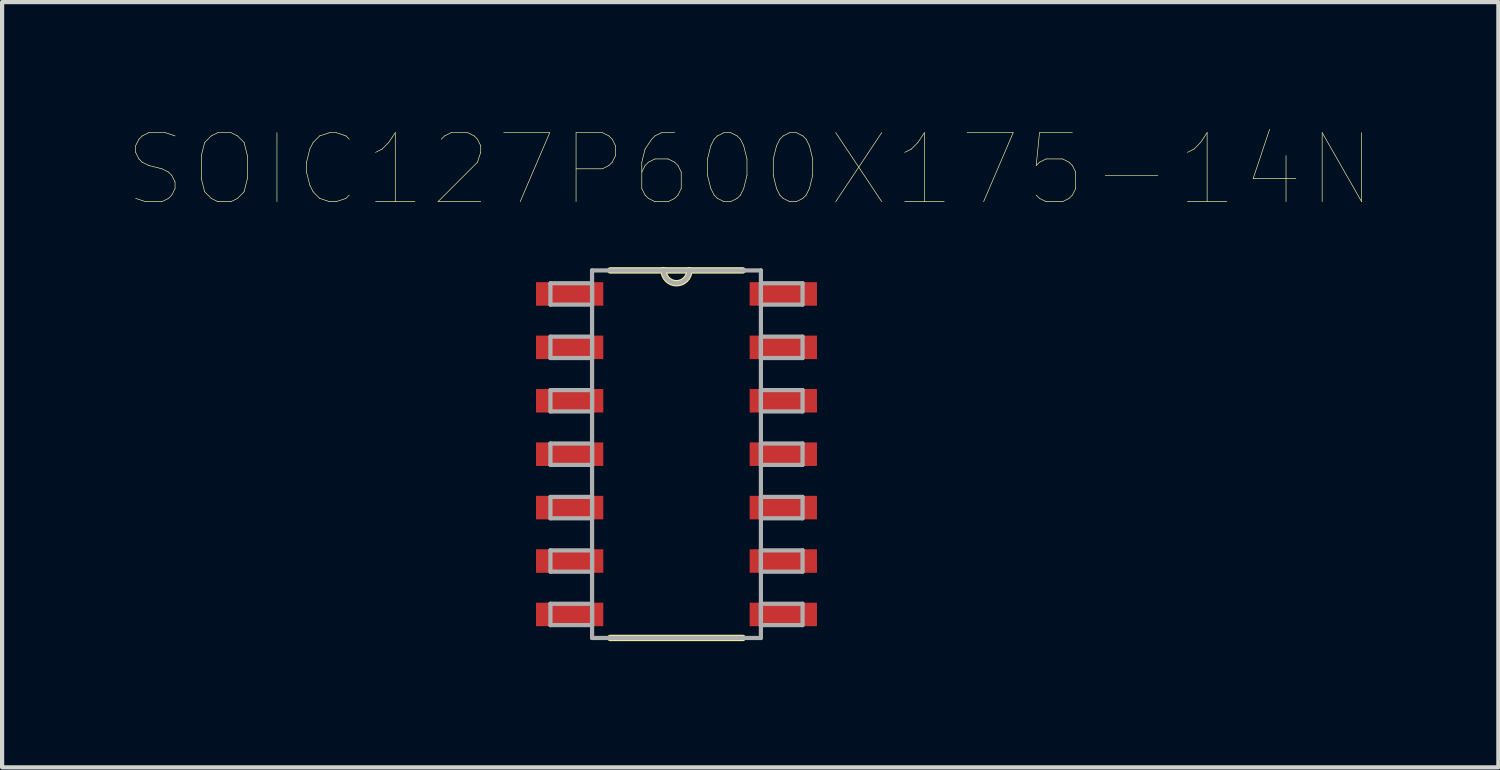
<source format=kicad_pcb>
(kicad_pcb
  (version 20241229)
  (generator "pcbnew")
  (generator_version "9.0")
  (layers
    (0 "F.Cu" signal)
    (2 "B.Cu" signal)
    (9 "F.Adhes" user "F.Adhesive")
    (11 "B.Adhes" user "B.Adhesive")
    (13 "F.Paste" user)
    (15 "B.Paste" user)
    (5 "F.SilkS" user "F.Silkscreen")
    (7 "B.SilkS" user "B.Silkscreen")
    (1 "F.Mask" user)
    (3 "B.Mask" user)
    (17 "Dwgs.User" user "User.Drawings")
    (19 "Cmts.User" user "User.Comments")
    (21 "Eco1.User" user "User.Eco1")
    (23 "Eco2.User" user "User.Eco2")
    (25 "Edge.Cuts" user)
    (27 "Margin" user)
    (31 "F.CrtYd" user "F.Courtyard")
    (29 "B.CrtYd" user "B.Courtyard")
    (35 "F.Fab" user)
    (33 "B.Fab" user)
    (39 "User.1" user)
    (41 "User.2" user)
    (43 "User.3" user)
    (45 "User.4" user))
  (footprint "SOIC127P600X175-14N"
    (layer "F.Cu")
    (at 13.033 7.748)
    (property "Reference" "SOIC127P600X175-14N" (at 1.754 -6.762 0) (layer "F.SilkS") (effects (font (size 1.641 1.641) (thickness 0.015))))
    (attr through_hole)
    (fp_line (start -1.575 4.369) (end 1.575 4.369) (stroke (width 0.152) (type solid)) (layer "F.SilkS"))
    (fp_line (start -0.305 -4.369) (end -1.575 -4.369) (stroke (width 0.152) (type solid)) (layer "F.SilkS"))
    (fp_line (start 0.305 -4.369) (end -0.305 -4.369) (stroke (width 0.152) (type solid)) (layer "F.SilkS"))
    (fp_line (start 1.575 -4.369) (end 0.305 -4.369) (stroke (width 0.152) (type solid)) (layer "F.SilkS"))
    (fp_arc (start 0.3048 -4.3688) (mid 0 -4.064) (end -0.3048 -4.3688) (stroke (width 0.1524) (type solid)) (layer "F.SilkS"))
    (fp_line (start -2.997 -4.064) (end -2.997 -3.556) (stroke (width 0.1) (type solid)) (layer "F.Fab"))
    (fp_line (start -2.997 -3.556) (end -2.007 -3.556) (stroke (width 0.1) (type solid)) (layer "F.Fab"))
    (fp_line (start -2.997 -2.794) (end -2.997 -2.286) (stroke (width 0.1) (type solid)) (layer "F.Fab"))
    (fp_line (start -2.997 -2.286) (end -2.007 -2.286) (stroke (width 0.1) (type solid)) (layer "F.Fab"))
    (fp_line (start -2.997 -1.524) (end -2.997 -1.016) (stroke (width 0.1) (type solid)) (layer "F.Fab"))
    (fp_line (start -2.997 -1.016) (end -2.007 -1.016) (stroke (width 0.1) (type solid)) (layer "F.Fab"))
    (fp_line (start -2.997 -0.254) (end -2.997 0.254) (stroke (width 0.1) (type solid)) (layer "F.Fab"))
    (fp_line (start -2.997 0.254) (end -2.007 0.254) (stroke (width 0.1) (type solid)) (layer "F.Fab"))
    (fp_line (start -2.997 1.016) (end -2.997 1.524) (stroke (width 0.1) (type solid)) (layer "F.Fab"))
    (fp_line (start -2.997 1.524) (end -2.007 1.524) (stroke (width 0.1) (type solid)) (layer "F.Fab"))
    (fp_line (start -2.997 2.286) (end -2.997 2.794) (stroke (width 0.1) (type solid)) (layer "F.Fab"))
    (fp_line (start -2.997 2.794) (end -2.007 2.794) (stroke (width 0.1) (type solid)) (layer "F.Fab"))
    (fp_line (start -2.997 3.556) (end -2.997 4.064) (stroke (width 0.1) (type solid)) (layer "F.Fab"))
    (fp_line (start -2.997 4.064) (end -2.007 4.064) (stroke (width 0.1) (type solid)) (layer "F.Fab"))
    (fp_line (start -2.007 -4.369) (end -2.007 4.369) (stroke (width 0.1) (type solid)) (layer "F.Fab"))
    (fp_line (start -2.007 -4.064) (end -2.997 -4.064) (stroke (width 0.1) (type solid)) (layer "F.Fab"))
    (fp_line (start -2.007 -3.556) (end -2.007 -4.064) (stroke (width 0.1) (type solid)) (layer "F.Fab"))
    (fp_line (start -2.007 -2.794) (end -2.997 -2.794) (stroke (width 0.1) (type solid)) (layer "F.Fab"))
    (fp_line (start -2.007 -2.286) (end -2.007 -2.794) (stroke (width 0.1) (type solid)) (layer "F.Fab"))
    (fp_line (start -2.007 -1.524) (end -2.997 -1.524) (stroke (width 0.1) (type solid)) (layer "F.Fab"))
    (fp_line (start -2.007 -1.016) (end -2.007 -1.524) (stroke (width 0.1) (type solid)) (layer "F.Fab"))
    (fp_line (start -2.007 -0.254) (end -2.997 -0.254) (stroke (width 0.1) (type solid)) (layer "F.Fab"))
    (fp_line (start -2.007 0.254) (end -2.007 -0.254) (stroke (width 0.1) (type solid)) (layer "F.Fab"))
    (fp_line (start -2.007 1.016) (end -2.997 1.016) (stroke (width 0.1) (type solid)) (layer "F.Fab"))
    (fp_line (start -2.007 1.524) (end -2.007 1.016) (stroke (width 0.1) (type solid)) (layer "F.Fab"))
    (fp_line (start -2.007 2.286) (end -2.997 2.286) (stroke (width 0.1) (type solid)) (layer "F.Fab"))
    (fp_line (start -2.007 2.794) (end -2.007 2.286) (stroke (width 0.1) (type solid)) (layer "F.Fab"))
    (fp_line (start -2.007 3.556) (end -2.997 3.556) (stroke (width 0.1) (type solid)) (layer "F.Fab"))
    (fp_line (start -2.007 4.064) (end -2.007 3.556) (stroke (width 0.1) (type solid)) (layer "F.Fab"))
    (fp_line (start -2.007 4.369) (end 2.007 4.369) (stroke (width 0.1) (type solid)) (layer "F.Fab"))
    (fp_line (start -0.305 -4.369) (end -2.007 -4.369) (stroke (width 0.1) (type solid)) (layer "F.Fab"))
    (fp_line (start 0.305 -4.369) (end -0.305 -4.369) (stroke (width 0.1) (type solid)) (layer "F.Fab"))
    (fp_line (start 2.007 -4.369) (end 0.305 -4.369) (stroke (width 0.1) (type solid)) (layer "F.Fab"))
    (fp_line (start 2.007 -4.064) (end 2.007 -3.556) (stroke (width 0.1) (type solid)) (layer "F.Fab"))
    (fp_line (start 2.007 -3.556) (end 2.997 -3.556) (stroke (width 0.1) (type solid)) (layer "F.Fab"))
    (fp_line (start 2.007 -2.794) (end 2.007 -2.286) (stroke (width 0.1) (type solid)) (layer "F.Fab"))
    (fp_line (start 2.007 -2.286) (end 2.997 -2.286) (stroke (width 0.1) (type solid)) (layer "F.Fab"))
    (fp_line (start 2.007 -1.524) (end 2.007 -1.016) (stroke (width 0.1) (type solid)) (layer "F.Fab"))
    (fp_line (start 2.007 -1.016) (end 2.997 -1.016) (stroke (width 0.1) (type solid)) (layer "F.Fab"))
    (fp_line (start 2.007 -0.254) (end 2.007 0.254) (stroke (width 0.1) (type solid)) (layer "F.Fab"))
    (fp_line (start 2.007 0.254) (end 2.997 0.254) (stroke (width 0.1) (type solid)) (layer "F.Fab"))
    (fp_line (start 2.007 1.016) (end 2.007 1.524) (stroke (width 0.1) (type solid)) (layer "F.Fab"))
    (fp_line (start 2.007 1.524) (end 2.997 1.524) (stroke (width 0.1) (type solid)) (layer "F.Fab"))
    (fp_line (start 2.007 2.286) (end 2.007 2.794) (stroke (width 0.1) (type solid)) (layer "F.Fab"))
    (fp_line (start 2.007 2.794) (end 2.997 2.794) (stroke (width 0.1) (type solid)) (layer "F.Fab"))
    (fp_line (start 2.007 3.556) (end 2.007 4.064) (stroke (width 0.1) (type solid)) (layer "F.Fab"))
    (fp_line (start 2.007 4.064) (end 2.997 4.064) (stroke (width 0.1) (type solid)) (layer "F.Fab"))
    (fp_line (start 2.007 4.369) (end 2.007 -4.369) (stroke (width 0.1) (type solid)) (layer "F.Fab"))
    (fp_line (start 2.997 -4.064) (end 2.007 -4.064) (stroke (width 0.1) (type solid)) (layer "F.Fab"))
    (fp_line (start 2.997 -3.556) (end 2.997 -4.064) (stroke (width 0.1) (type solid)) (layer "F.Fab"))
    (fp_line (start 2.997 -2.794) (end 2.007 -2.794) (stroke (width 0.1) (type solid)) (layer "F.Fab"))
    (fp_line (start 2.997 -2.286) (end 2.997 -2.794) (stroke (width 0.1) (type solid)) (layer "F.Fab"))
    (fp_line (start 2.997 -1.524) (end 2.007 -1.524) (stroke (width 0.1) (type solid)) (layer "F.Fab"))
    (fp_line (start 2.997 -1.016) (end 2.997 -1.524) (stroke (width 0.1) (type solid)) (layer "F.Fab"))
    (fp_line (start 2.997 -0.254) (end 2.007 -0.254) (stroke (width 0.1) (type solid)) (layer "F.Fab"))
    (fp_line (start 2.997 0.254) (end 2.997 -0.254) (stroke (width 0.1) (type solid)) (layer "F.Fab"))
    (fp_line (start 2.997 1.016) (end 2.007 1.016) (stroke (width 0.1) (type solid)) (layer "F.Fab"))
    (fp_line (start 2.997 1.524) (end 2.997 1.016) (stroke (width 0.1) (type solid)) (layer "F.Fab"))
    (fp_line (start 2.997 2.286) (end 2.007 2.286) (stroke (width 0.1) (type solid)) (layer "F.Fab"))
    (fp_line (start 2.997 2.794) (end 2.997 2.286) (stroke (width 0.1) (type solid)) (layer "F.Fab"))
    (fp_line (start 2.997 3.556) (end 2.007 3.556) (stroke (width 0.1) (type solid)) (layer "F.Fab"))
    (fp_line (start 2.997 4.064) (end 2.997 3.556) (stroke (width 0.1) (type solid)) (layer "F.Fab"))
    (fp_arc (start 0.3048 -4.3688) (mid 0 -4.064) (end -0.3048 -4.3688) (stroke (width 0.1) (type solid)) (layer "F.Fab"))
    (pad "1" smd rect (at -2.54 -3.81) (size 1.6 0.559) (layers "F.Cu" "F.Mask" "F.Paste"))
    (pad "2" smd rect (at -2.54 -2.54) (size 1.6 0.559) (layers "F.Cu" "F.Mask" "F.Paste"))
    (pad "3" smd rect (at -2.54 -1.27) (size 1.6 0.559) (layers "F.Cu" "F.Mask" "F.Paste"))
    (pad "4" smd rect (at -2.54 0) (size 1.6 0.559) (layers "F.Cu" "F.Mask" "F.Paste"))
    (pad "5" smd rect (at -2.54 1.27) (size 1.6 0.559) (layers "F.Cu" "F.Mask" "F.Paste"))
    (pad "6" smd rect (at -2.54 2.54) (size 1.6 0.559) (layers "F.Cu" "F.Mask" "F.Paste"))
    (pad "7" smd rect (at -2.54 3.81) (size 1.6 0.559) (layers "F.Cu" "F.Mask" "F.Paste"))
    (pad "8" smd rect (at 2.54 3.81) (size 1.6 0.559) (layers "F.Cu" "F.Mask" "F.Paste"))
    (pad "9" smd rect (at 2.54 2.54) (size 1.6 0.559) (layers "F.Cu" "F.Mask" "F.Paste"))
    (pad "10" smd rect (at 2.54 1.27) (size 1.6 0.559) (layers "F.Cu" "F.Mask" "F.Paste"))
    (pad "11" smd rect (at 2.54 0) (size 1.6 0.559) (layers "F.Cu" "F.Mask" "F.Paste"))
    (pad "12" smd rect (at 2.54 -1.27) (size 1.6 0.559) (layers "F.Cu" "F.Mask" "F.Paste"))
    (pad "13" smd rect (at 2.54 -2.54) (size 1.6 0.559) (layers "F.Cu" "F.Mask" "F.Paste"))
    (pad "14" smd rect (at 2.54 -3.81) (size 1.6 0.559) (layers "F.Cu" "F.Mask" "F.Paste")))
  (gr_rect
    (start -3 -3)
    (end 32.573 15.193)
    (stroke (width 0.1) (type default))
    (fill no)
    (layer "Edge.Cuts")))
</source>
